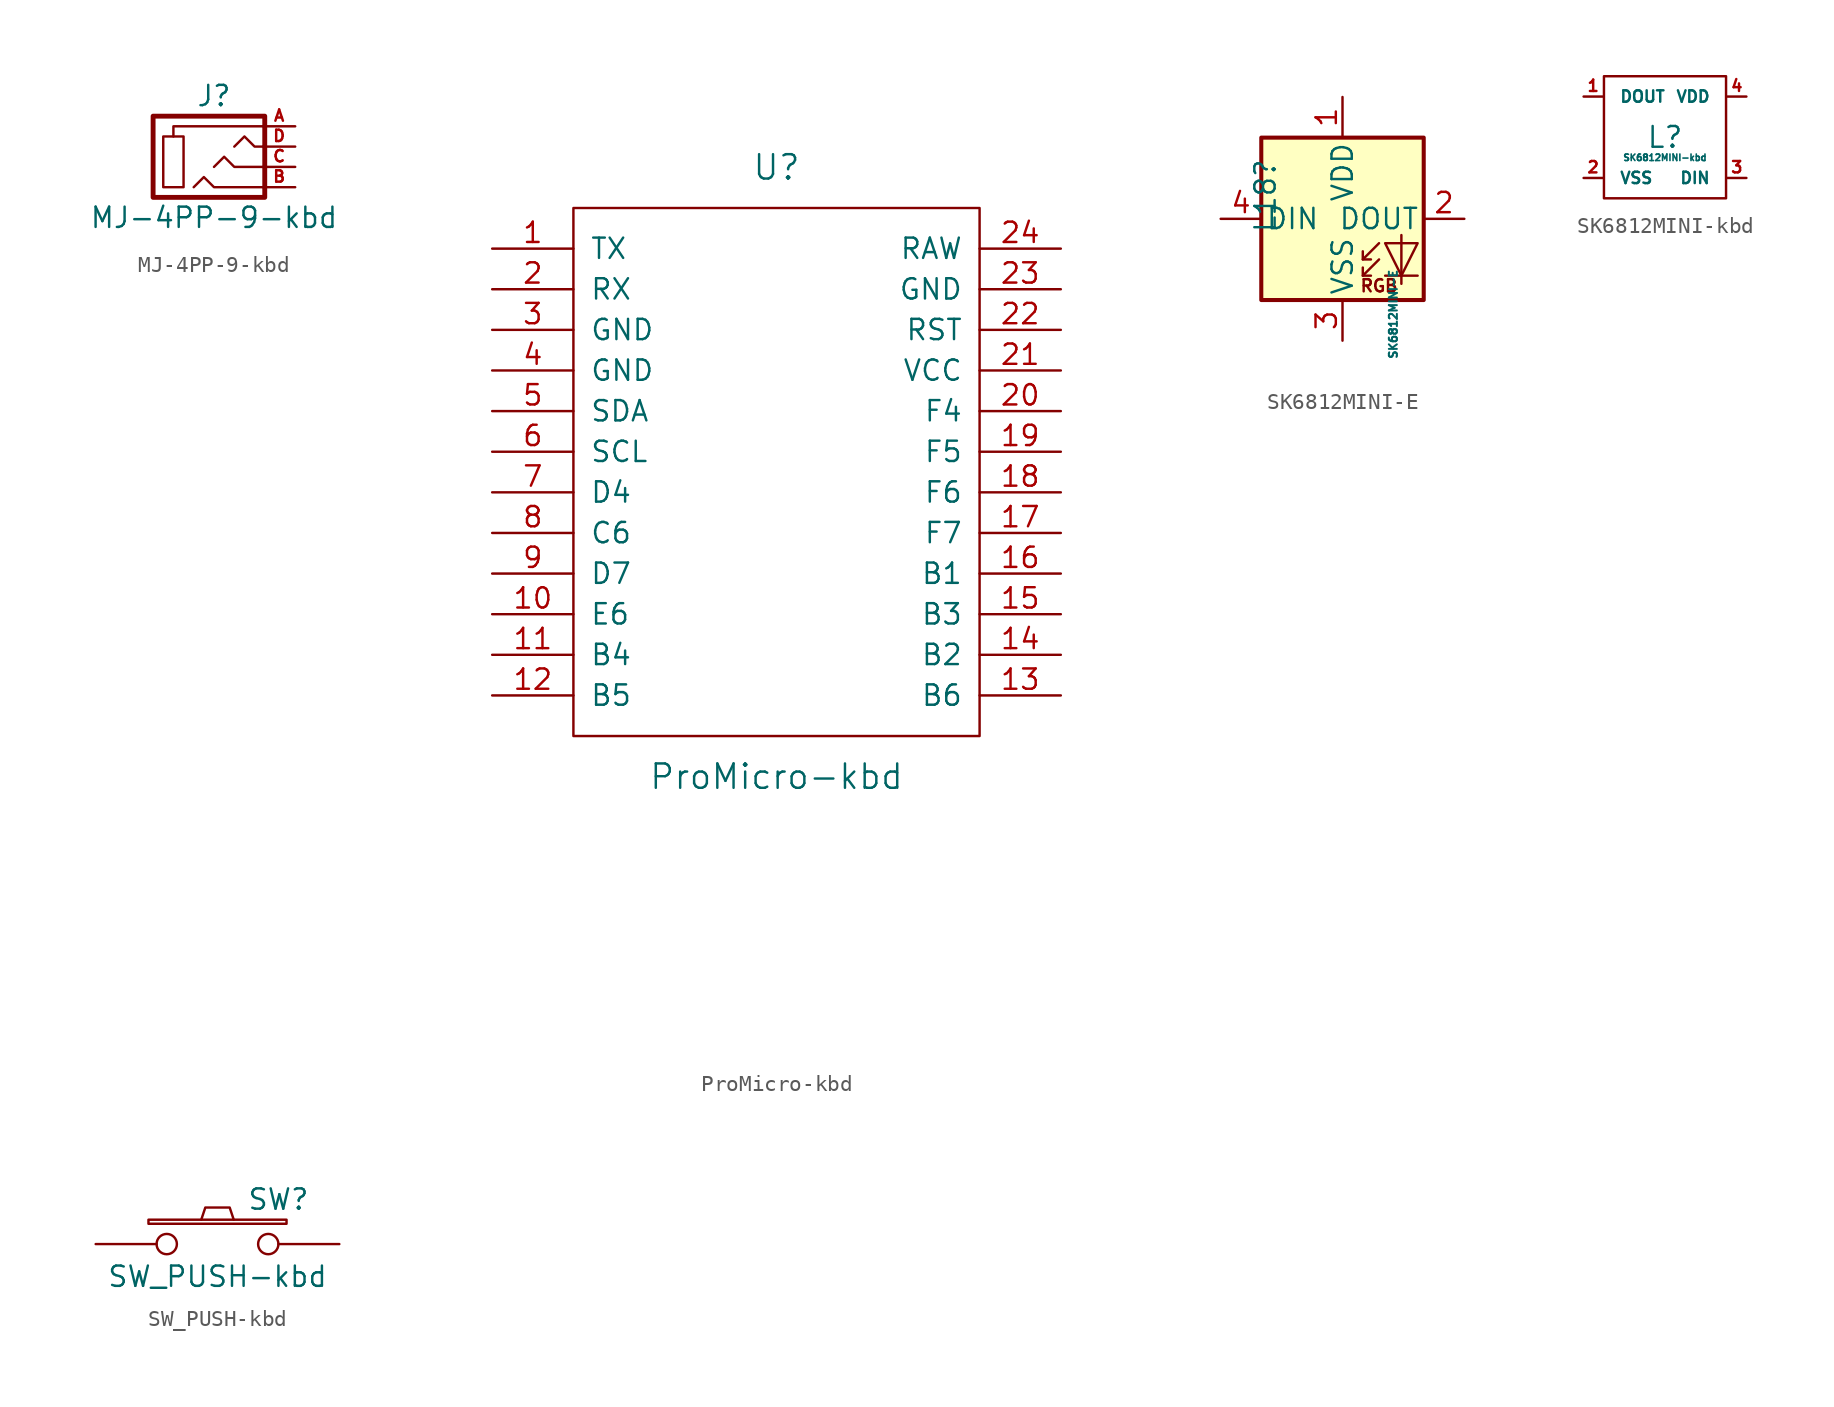
<source format=kicad_sym>
(kicad_symbol_lib
  (version 20211014)
  (generator kicad_symbol_editor)
  (symbol "chocolad:MJ-4PP-9-kbd"
    (pin_names
      (offset 1.016))
    (property "Reference" "J"
      (at 0 3.81 0)
      (effects (font (size 1.27 1.27))))
    (property "Value" "MJ-4PP-9-kbd"
      (at 0 -3.81 0)
      (effects (font (size 1.27 1.27))))
    (symbol "MJ-4PP-9-kbd_0_1"
      (rectangle (start -1.905 -1.905) (end -3.175 1.27) (stroke (width 0) (type default) (color 0 0 0 0)) (fill (type none)))
      (polyline (pts (xy -2.54 1.27) (xy -2.54 1.905) (xy 3.175 1.905)) (stroke (width 0) (type default) (color 0 0 0 0)) (fill (type none)))
      (polyline (pts (xy -1.27 -1.905) (xy -0.635 -1.27) (xy 0 -1.905) (xy 3.175 -1.905)) (stroke (width 0) (type default) (color 0 0 0 0)) (fill (type none)))
      (polyline (pts (xy 0 -0.635) (xy 0.635 0) (xy 1.27 -0.635) (xy 3.175 -0.635)) (stroke (width 0) (type default) (color 0 0 0 0)) (fill (type none)))
      (polyline (pts (xy 1.27 0.635) (xy 1.905 1.27) (xy 2.54 0.635) (xy 3.175 0.635)) (stroke (width 0) (type default) (color 0 0 0 0)) (fill (type none)))
      (rectangle (start 3.175 2.54) (end -3.81 -2.54) (stroke (width 0.305) (type default) (color 0 0 0 0)) (fill (type none))))
    (symbol "MJ-4PP-9-kbd_1_1"
      (pin input line (at 5.08 1.905 180) (length 2.007) (name "~" (effects (font (size 0.508 0.508)))) (number "A" (effects (font (size 0.711 0.711)))))
      (pin input line (at 5.08 -1.905 180) (length 2.007) (name "~" (effects (font (size 0.508 0.508)))) (number "B" (effects (font (size 0.711 0.711)))))
      (pin input line (at 5.08 -0.635 180) (length 2.007) (name "~" (effects (font (size 0.508 0.508)))) (number "C" (effects (font (size 0.711 0.711)))))
      (pin input line (at 5.08 0.635 180) (length 2.007) (name "~" (effects (font (size 0.508 0.508)))) (number "D" (effects (font (size 0.711 0.711)))))))
  (symbol "chocolad:ProMicro-kbd"
    (pin_names
      (offset 1.016))
    (property "Reference" "U"
      (at 0 24.13 0)
      (effects (font (size 1.524 1.524))))
    (property "Value" "ProMicro-kbd"
      (at 0 -13.97 0)
      (effects (font (size 1.524 1.524))))
    (property "Footprint" ""
      (at 2.54 -26.67 0)
      (effects (font (size 1.524 1.524))))
    (property "Datasheet" ""
      (at 2.54 -26.67 0)
      (effects (font (size 1.524 1.524))))
    (symbol "ProMicro-kbd_0_1"
      (rectangle (start -12.7 21.59) (end 12.7 -11.43) (stroke (width 0) (type default) (color 0 0 0 0)) (fill (type none))))
    (symbol "ProMicro-kbd_1_1"
      (pin bidirectional line (at -17.78 19.05 0) (length 5.08) (name "TX" (effects (font (size 1.27 1.27)))) (number "1" (effects (font (size 1.27 1.27)))))
      (pin bidirectional line (at -17.78 -3.81 0) (length 5.08) (name "E6" (effects (font (size 1.27 1.27)))) (number "10" (effects (font (size 1.27 1.27)))))
      (pin bidirectional line (at -17.78 -6.35 0) (length 5.08) (name "B4" (effects (font (size 1.27 1.27)))) (number "11" (effects (font (size 1.27 1.27)))))
      (pin bidirectional line (at -17.78 -8.89 0) (length 5.08) (name "B5" (effects (font (size 1.27 1.27)))) (number "12" (effects (font (size 1.27 1.27)))))
      (pin bidirectional line (at 17.78 -8.89 180) (length 5.08) (name "B6" (effects (font (size 1.27 1.27)))) (number "13" (effects (font (size 1.27 1.27)))))
      (pin bidirectional line (at 17.78 -6.35 180) (length 5.08) (name "B2" (effects (font (size 1.27 1.27)))) (number "14" (effects (font (size 1.27 1.27)))))
      (pin bidirectional line (at 17.78 -3.81 180) (length 5.08) (name "B3" (effects (font (size 1.27 1.27)))) (number "15" (effects (font (size 1.27 1.27)))))
      (pin bidirectional line (at 17.78 -1.27 180) (length 5.08) (name "B1" (effects (font (size 1.27 1.27)))) (number "16" (effects (font (size 1.27 1.27)))))
      (pin bidirectional line (at 17.78 1.27 180) (length 5.08) (name "F7" (effects (font (size 1.27 1.27)))) (number "17" (effects (font (size 1.27 1.27)))))
      (pin bidirectional line (at 17.78 3.81 180) (length 5.08) (name "F6" (effects (font (size 1.27 1.27)))) (number "18" (effects (font (size 1.27 1.27)))))
      (pin bidirectional line (at 17.78 6.35 180) (length 5.08) (name "F5" (effects (font (size 1.27 1.27)))) (number "19" (effects (font (size 1.27 1.27)))))
      (pin bidirectional line (at -17.78 16.51 0) (length 5.08) (name "RX" (effects (font (size 1.27 1.27)))) (number "2" (effects (font (size 1.27 1.27)))))
      (pin bidirectional line (at 17.78 8.89 180) (length 5.08) (name "F4" (effects (font (size 1.27 1.27)))) (number "20" (effects (font (size 1.27 1.27)))))
      (pin power_in line (at 17.78 11.43 180) (length 5.08) (name "VCC" (effects (font (size 1.27 1.27)))) (number "21" (effects (font (size 1.27 1.27)))))
      (pin input line (at 17.78 13.97 180) (length 5.08) (name "RST" (effects (font (size 1.27 1.27)))) (number "22" (effects (font (size 1.27 1.27)))))
      (pin power_in line (at 17.78 16.51 180) (length 5.08) (name "GND" (effects (font (size 1.27 1.27)))) (number "23" (effects (font (size 1.27 1.27)))))
      (pin power_out line (at 17.78 19.05 180) (length 5.08) (name "RAW" (effects (font (size 1.27 1.27)))) (number "24" (effects (font (size 1.27 1.27)))))
      (pin power_in line (at -17.78 13.97 0) (length 5.08) (name "GND" (effects (font (size 1.27 1.27)))) (number "3" (effects (font (size 1.27 1.27)))))
      (pin power_in line (at -17.78 11.43 0) (length 5.08) (name "GND" (effects (font (size 1.27 1.27)))) (number "4" (effects (font (size 1.27 1.27)))))
      (pin bidirectional line (at -17.78 8.89 0) (length 5.08) (name "SDA" (effects (font (size 1.27 1.27)))) (number "5" (effects (font (size 1.27 1.27)))))
      (pin bidirectional line (at -17.78 6.35 0) (length 5.08) (name "SCL" (effects (font (size 1.27 1.27)))) (number "6" (effects (font (size 1.27 1.27)))))
      (pin bidirectional line (at -17.78 3.81 0) (length 5.08) (name "D4" (effects (font (size 1.27 1.27)))) (number "7" (effects (font (size 1.27 1.27)))))
      (pin bidirectional line (at -17.78 1.27 0) (length 5.08) (name "C6" (effects (font (size 1.27 1.27)))) (number "8" (effects (font (size 1.27 1.27)))))
      (pin bidirectional line (at -17.78 -1.27 0) (length 5.08) (name "D7" (effects (font (size 1.27 1.27)))) (number "9" (effects (font (size 1.27 1.27)))))))
  (symbol "chocolad:SK6812MINI-E"
    (pin_names
      (offset 0.254))
    (property "Reference" "L18"
      (at -4.826 3.81 90)
      (effects (font (size 1.27 1.27)) (justify right)))
    (property "Value" "SK6812MINI-E"
      (at 3.175 -5.969 90)
      (effects (font (size 0.5 0.5))))
    (property "Datasheet" ""
      (at 0 0 0)
      (effects (font (size 1.524 1.524))))
    (symbol "SK6812MINI-E_0_0"
      (text "RGB" (at 2.286 -4.191 0) (effects (font (size 0.762 0.762)))))
    (symbol "SK6812MINI-E_0_1"
      (polyline (pts (xy 1.27 -3.556) (xy 1.778 -3.556)) (stroke (width 0) (type default) (color 0 0 0 0)) (fill (type none)))
      (polyline (pts (xy 1.27 -2.54) (xy 1.778 -2.54)) (stroke (width 0) (type default) (color 0 0 0 0)) (fill (type none)))
      (polyline (pts (xy 4.699 -3.556) (xy 2.667 -3.556)) (stroke (width 0) (type default) (color 0 0 0 0)) (fill (type none)))
      (polyline (pts (xy 2.286 -2.54) (xy 1.27 -3.556) (xy 1.27 -3.048)) (stroke (width 0) (type default) (color 0 0 0 0)) (fill (type none)))
      (polyline (pts (xy 2.286 -1.524) (xy 1.27 -2.54) (xy 1.27 -2.032)) (stroke (width 0) (type default) (color 0 0 0 0)) (fill (type none)))
      (polyline (pts (xy 3.683 -1.016) (xy 3.683 -3.556) (xy 3.683 -4.064)) (stroke (width 0) (type default) (color 0 0 0 0)) (fill (type none)))
      (polyline (pts (xy 4.699 -1.524) (xy 2.667 -1.524) (xy 3.683 -3.556) (xy 4.699 -1.524)) (stroke (width 0) (type default) (color 0 0 0 0)) (fill (type none)))
      (rectangle (start 5.08 5.08) (end -5.08 -5.08) (stroke (width 0.254) (type default) (color 0 0 0 0)) (fill (type background))))
    (symbol "SK6812MINI-E_1_1"
      (pin power_in line (at 0 7.62 270) (length 2.54) (name "VDD" (effects (font (size 1.27 1.27)))) (number "1" (effects (font (size 1.27 1.27)))))
      (pin output line (at 7.62 0 180) (length 2.54) (name "DOUT" (effects (font (size 1.27 1.27)))) (number "2" (effects (font (size 1.27 1.27)))))
      (pin power_in line (at 0 -7.62 90) (length 2.54) (name "VSS" (effects (font (size 1.27 1.27)))) (number "3" (effects (font (size 1.27 1.27)))))
      (pin input line (at -7.62 0 0) (length 2.54) (name "DIN" (effects (font (size 1.27 1.27)))) (number "4" (effects (font (size 1.27 1.27)))))))
  (symbol "chocolad:SK6812MINI-kbd"
    (pin_names
      (offset 1.016))
    (property "Reference" "L"
      (at 0 0 0)
      (effects (font (size 1.295 1.295))))
    (property "Value" "SK6812MINI-kbd"
      (at 0 -1.27 0)
      (effects (font (size 0.406 0.406))))
    (symbol "SK6812MINI-kbd_0_1"
      (rectangle (start -3.81 3.81) (end 3.81 -3.81) (stroke (width 0) (type default) (color 0 0 0 0)) (fill (type none))))
    (symbol "SK6812MINI-kbd_1_1"
      (pin output line (at -5.08 2.54 0) (length 1.194) (name "DOUT" (effects (font (size 0.711 0.711)))) (number "1" (effects (font (size 0.711 0.711)))))
      (pin power_in line (at -5.08 -2.54 0) (length 1.194) (name "VSS" (effects (font (size 0.711 0.711)))) (number "2" (effects (font (size 0.711 0.711)))))
      (pin input line (at 5.08 -2.54 180) (length 1.194) (name "DIN" (effects (font (size 0.711 0.711)))) (number "3" (effects (font (size 0.711 0.711)))))
      (pin power_in line (at 5.08 2.54 180) (length 1.194) (name "VDD" (effects (font (size 0.711 0.711)))) (number "4" (effects (font (size 0.711 0.711)))))))
  (symbol "chocolad:SW_PUSH-kbd"
    (pin_numbers hide)
    (pin_names
      (offset 1.016) hide)
    (property "Reference" "SW"
      (at 3.81 2.794 0)
      (effects (font (size 1.27 1.27))))
    (property "Value" "SW_PUSH-kbd"
      (at 0 -2.032 0)
      (effects (font (size 1.27 1.27))))
    (property "Footprint" ""
      (at 0 0 0)
      (effects (font (size 1.27 1.27))))
    (property "Datasheet" ""
      (at 0 0 0)
      (effects (font (size 1.27 1.27))))
    (symbol "SW_PUSH-kbd_0_1"
      (rectangle (start -4.318 1.27) (end 4.318 1.524) (stroke (width 0) (type default) (color 0 0 0 0)) (fill (type none)))
      (polyline (pts (xy -1.016 1.524) (xy -0.762 2.286) (xy 0.762 2.286) (xy 1.016 1.524)) (stroke (width 0) (type default) (color 0 0 0 0)) (fill (type none)))
      (pin passive inverted (at -7.62 0 0) (length 5.08) (name "1" (effects (font (size 1.27 1.27)))) (number "1" (effects (font (size 1.27 1.27)))))
      (pin passive inverted (at 7.62 0 180) (length 5.08) (name "2" (effects (font (size 1.27 1.27)))) (number "2" (effects (font (size 1.27 1.27))))))))
</source>
